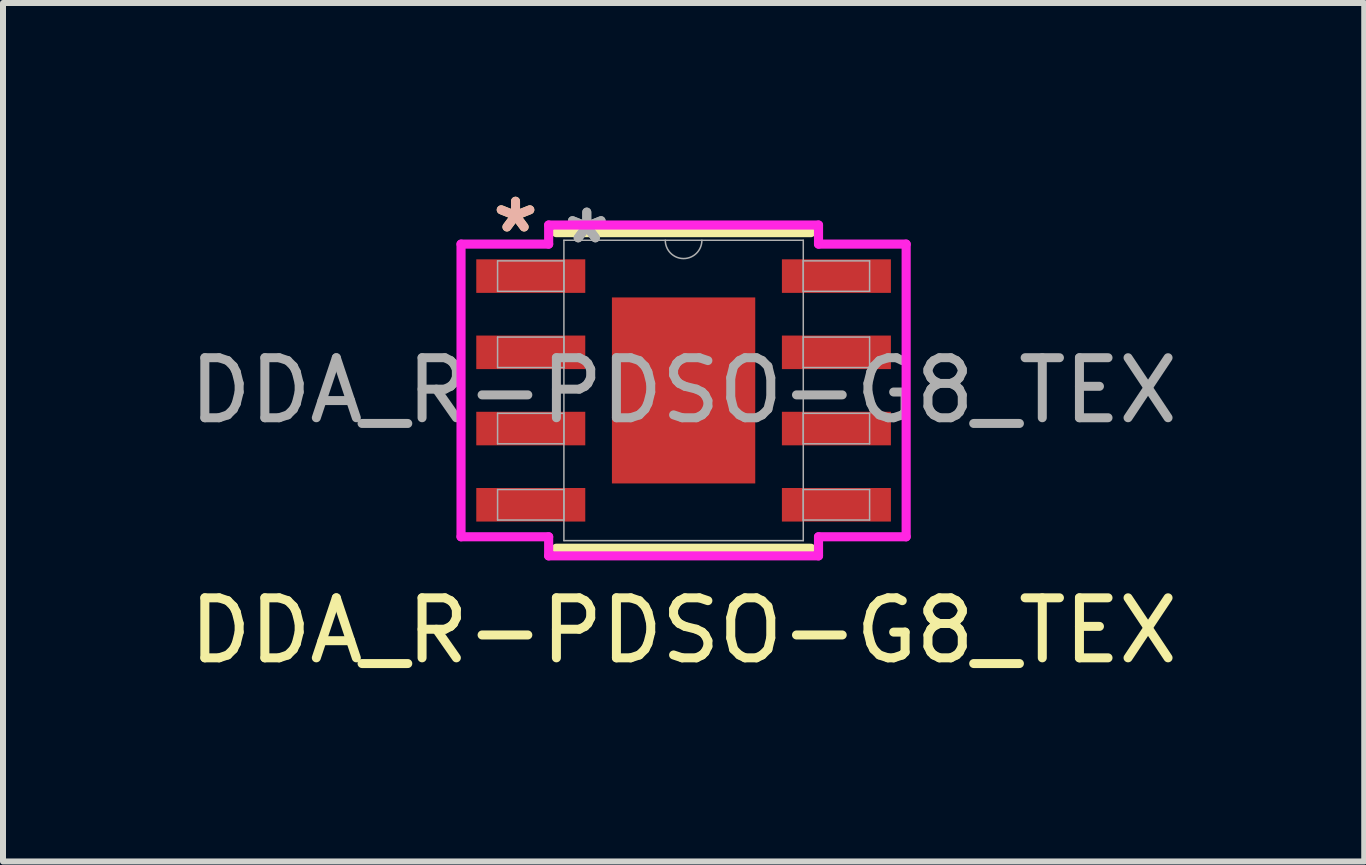
<source format=kicad_pcb>
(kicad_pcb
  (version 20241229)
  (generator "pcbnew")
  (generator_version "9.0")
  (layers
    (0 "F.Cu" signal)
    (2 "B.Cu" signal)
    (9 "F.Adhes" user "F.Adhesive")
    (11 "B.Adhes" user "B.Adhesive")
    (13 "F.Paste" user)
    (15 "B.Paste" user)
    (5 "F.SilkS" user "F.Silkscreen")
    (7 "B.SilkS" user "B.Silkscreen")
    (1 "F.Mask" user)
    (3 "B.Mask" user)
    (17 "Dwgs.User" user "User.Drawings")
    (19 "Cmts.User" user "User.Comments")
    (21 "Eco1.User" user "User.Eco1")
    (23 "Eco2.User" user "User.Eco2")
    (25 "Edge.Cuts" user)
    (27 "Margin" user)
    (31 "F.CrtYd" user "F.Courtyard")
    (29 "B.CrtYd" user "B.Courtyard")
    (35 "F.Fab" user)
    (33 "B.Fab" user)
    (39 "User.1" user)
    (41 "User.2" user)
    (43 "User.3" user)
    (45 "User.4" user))
  (footprint "DDA_R-PDSO-G8_TEX"
    (layer "F.Cu")
    (at 8.339 3.455)
    (property "Reference" "DDA_R-PDSO-G8_TEX" (at 0 4 0) (unlocked yes) (layer "F.SilkS") (effects (font (size 1 1) (thickness 0.15))))
    (attr smd)
    (fp_line (start -2.121 2.629) (end 2.121 2.629) (stroke (width 0.152) (type solid)) (layer "F.SilkS"))
    (fp_line (start 2.121 -2.629) (end -2.121 -2.629) (stroke (width 0.152) (type solid)) (layer "F.SilkS"))
    (fp_poly (pts (xy -1.094 -1.449) (xy -1.094 -0.1) (xy 1.094 -0.1) (xy 1.094 -1.449)) (stroke (width 0) (type solid)) (fill yes) (layer "F.Paste"))
    (fp_poly (pts (xy -1.094 0.1) (xy -1.094 1.449) (xy 1.094 1.449) (xy 1.094 0.1)) (stroke (width 0) (type solid)) (fill yes) (layer "F.Paste"))
    (fp_line (start -3.708 -2.438) (end -2.248 -2.438) (stroke (width 0.152) (type solid)) (layer "F.CrtYd"))
    (fp_line (start -3.708 2.438) (end -3.708 -2.438) (stroke (width 0.152) (type solid)) (layer "F.CrtYd"))
    (fp_line (start -3.708 2.438) (end -2.248 2.438) (stroke (width 0.152) (type solid)) (layer "F.CrtYd"))
    (fp_line (start -2.248 -2.756) (end 2.248 -2.756) (stroke (width 0.152) (type solid)) (layer "F.CrtYd"))
    (fp_line (start -2.248 -2.438) (end -2.248 -2.756) (stroke (width 0.152) (type solid)) (layer "F.CrtYd"))
    (fp_line (start -2.248 2.756) (end -2.248 2.438) (stroke (width 0.152) (type solid)) (layer "F.CrtYd"))
    (fp_line (start 2.248 -2.756) (end 2.248 -2.438) (stroke (width 0.152) (type solid)) (layer "F.CrtYd"))
    (fp_line (start 2.248 2.438) (end 2.248 2.756) (stroke (width 0.152) (type solid)) (layer "F.CrtYd"))
    (fp_line (start 2.248 2.756) (end -2.248 2.756) (stroke (width 0.152) (type solid)) (layer "F.CrtYd"))
    (fp_line (start 3.708 -2.438) (end 2.248 -2.438) (stroke (width 0.152) (type solid)) (layer "F.CrtYd"))
    (fp_line (start 3.708 -2.438) (end 3.708 2.438) (stroke (width 0.152) (type solid)) (layer "F.CrtYd"))
    (fp_line (start 3.708 2.438) (end 2.248 2.438) (stroke (width 0.152) (type solid)) (layer "F.CrtYd"))
    (fp_line (start -3.099 -2.159) (end -3.099 -1.651) (stroke (width 0.025) (type solid)) (layer "F.Fab"))
    (fp_line (start -3.099 -1.651) (end -1.994 -1.651) (stroke (width 0.025) (type solid)) (layer "F.Fab"))
    (fp_line (start -3.099 -0.889) (end -3.099 -0.381) (stroke (width 0.025) (type solid)) (layer "F.Fab"))
    (fp_line (start -3.099 -0.381) (end -1.994 -0.381) (stroke (width 0.025) (type solid)) (layer "F.Fab"))
    (fp_line (start -3.099 0.381) (end -3.099 0.889) (stroke (width 0.025) (type solid)) (layer "F.Fab"))
    (fp_line (start -3.099 0.889) (end -1.994 0.889) (stroke (width 0.025) (type solid)) (layer "F.Fab"))
    (fp_line (start -3.099 1.651) (end -3.099 2.159) (stroke (width 0.025) (type solid)) (layer "F.Fab"))
    (fp_line (start -3.099 2.159) (end -1.994 2.159) (stroke (width 0.025) (type solid)) (layer "F.Fab"))
    (fp_line (start -1.994 -2.502) (end -1.994 2.502) (stroke (width 0.025) (type solid)) (layer "F.Fab"))
    (fp_line (start -1.994 -2.159) (end -3.099 -2.159) (stroke (width 0.025) (type solid)) (layer "F.Fab"))
    (fp_line (start -1.994 -1.651) (end -1.994 -2.159) (stroke (width 0.025) (type solid)) (layer "F.Fab"))
    (fp_line (start -1.994 -0.889) (end -3.099 -0.889) (stroke (width 0.025) (type solid)) (layer "F.Fab"))
    (fp_line (start -1.994 -0.381) (end -1.994 -0.889) (stroke (width 0.025) (type solid)) (layer "F.Fab"))
    (fp_line (start -1.994 0.381) (end -3.099 0.381) (stroke (width 0.025) (type solid)) (layer "F.Fab"))
    (fp_line (start -1.994 0.889) (end -1.994 0.381) (stroke (width 0.025) (type solid)) (layer "F.Fab"))
    (fp_line (start -1.994 1.651) (end -3.099 1.651) (stroke (width 0.025) (type solid)) (layer "F.Fab"))
    (fp_line (start -1.994 2.159) (end -1.994 1.651) (stroke (width 0.025) (type solid)) (layer "F.Fab"))
    (fp_line (start -1.994 2.502) (end 1.994 2.502) (stroke (width 0.025) (type solid)) (layer "F.Fab"))
    (fp_line (start 1.994 -2.502) (end -1.994 -2.502) (stroke (width 0.025) (type solid)) (layer "F.Fab"))
    (fp_line (start 1.994 -2.159) (end 1.994 -1.651) (stroke (width 0.025) (type solid)) (layer "F.Fab"))
    (fp_line (start 1.994 -1.651) (end 3.099 -1.651) (stroke (width 0.025) (type solid)) (layer "F.Fab"))
    (fp_line (start 1.994 -0.889) (end 1.994 -0.381) (stroke (width 0.025) (type solid)) (layer "F.Fab"))
    (fp_line (start 1.994 -0.381) (end 3.099 -0.381) (stroke (width 0.025) (type solid)) (layer "F.Fab"))
    (fp_line (start 1.994 0.381) (end 1.994 0.889) (stroke (width 0.025) (type solid)) (layer "F.Fab"))
    (fp_line (start 1.994 0.889) (end 3.099 0.889) (stroke (width 0.025) (type solid)) (layer "F.Fab"))
    (fp_line (start 1.994 1.651) (end 1.994 2.159) (stroke (width 0.025) (type solid)) (layer "F.Fab"))
    (fp_line (start 1.994 2.159) (end 3.099 2.159) (stroke (width 0.025) (type solid)) (layer "F.Fab"))
    (fp_line (start 1.994 2.502) (end 1.994 -2.502) (stroke (width 0.025) (type solid)) (layer "F.Fab"))
    (fp_line (start 3.099 -2.159) (end 1.994 -2.159) (stroke (width 0.025) (type solid)) (layer "F.Fab"))
    (fp_line (start 3.099 -1.651) (end 3.099 -2.159) (stroke (width 0.025) (type solid)) (layer "F.Fab"))
    (fp_line (start 3.099 -0.889) (end 1.994 -0.889) (stroke (width 0.025) (type solid)) (layer "F.Fab"))
    (fp_line (start 3.099 -0.381) (end 3.099 -0.889) (stroke (width 0.025) (type solid)) (layer "F.Fab"))
    (fp_line (start 3.099 0.381) (end 1.994 0.381) (stroke (width 0.025) (type solid)) (layer "F.Fab"))
    (fp_line (start 3.099 0.889) (end 3.099 0.381) (stroke (width 0.025) (type solid)) (layer "F.Fab"))
    (fp_line (start 3.099 1.651) (end 1.994 1.651) (stroke (width 0.025) (type solid)) (layer "F.Fab"))
    (fp_line (start 3.099 2.159) (end 3.099 1.651) (stroke (width 0.025) (type solid)) (layer "F.Fab"))
    (fp_arc (start 0.3048 -2.5019) (mid 0 -2.1971) (end -0.3048 -2.5019) (stroke (width 0.0254) (type solid)) (layer "F.Fab"))
    (fp_text user "*" (at -2.8 -2.607 0) (layer "F.SilkS") (effects (font (size 1 1) (thickness 0.15))))
    (fp_text user "*" (at -2.8 -2.607 0) (unlocked yes) (layer "B.SilkS") (effects (font (size 1 1) (thickness 0.15)) (justify mirror)))
    (fp_text user "*" (at -1.613 -2.426 0) (unlocked yes) (layer "F.Fab") (effects (font (size 1 1) (thickness 0.15))))
    (fp_text user "*" (at -1.613 -2.426 0) (layer "F.Fab") (effects (font (size 1 1) (thickness 0.15))))
    (fp_text user "${REFERENCE}" (at 0 0 0) (unlocked yes) (layer "F.Fab") (effects (font (size 1 1) (thickness 0.15))))
    (pad "1" smd rect (at -2.546 -1.905) (size 1.816 0.559) (layers "F.Cu" "F.Mask" "F.Paste"))
    (pad "2" smd rect (at -2.546 -0.635) (size 1.816 0.559) (layers "F.Cu" "F.Mask" "F.Paste"))
    (pad "3" smd rect (at -2.546 0.635) (size 1.816 0.559) (layers "F.Cu" "F.Mask" "F.Paste"))
    (pad "4" smd rect (at -2.546 1.905) (size 1.816 0.559) (layers "F.Cu" "F.Mask" "F.Paste"))
    (pad "5" smd rect (at 2.546 1.905) (size 1.816 0.559) (layers "F.Cu" "F.Mask" "F.Paste"))
    (pad "6" smd rect (at 2.546 0.635) (size 1.816 0.559) (layers "F.Cu" "F.Mask" "F.Paste"))
    (pad "7" smd rect (at 2.546 -0.635) (size 1.816 0.559) (layers "F.Cu" "F.Mask" "F.Paste"))
    (pad "8" smd rect (at 2.546 -1.905) (size 1.816 0.559) (layers "F.Cu" "F.Mask" "F.Paste"))
    (pad "9" smd rect (at 0 0) (size 2.388 3.099) (layers "F.Cu" "F.Mask")))
  (gr_rect
    (start -3 -3)
    (end 19.679 11.303)
    (stroke (width 0.1) (type default))
    (fill no)
    (layer "Edge.Cuts")))
</source>
